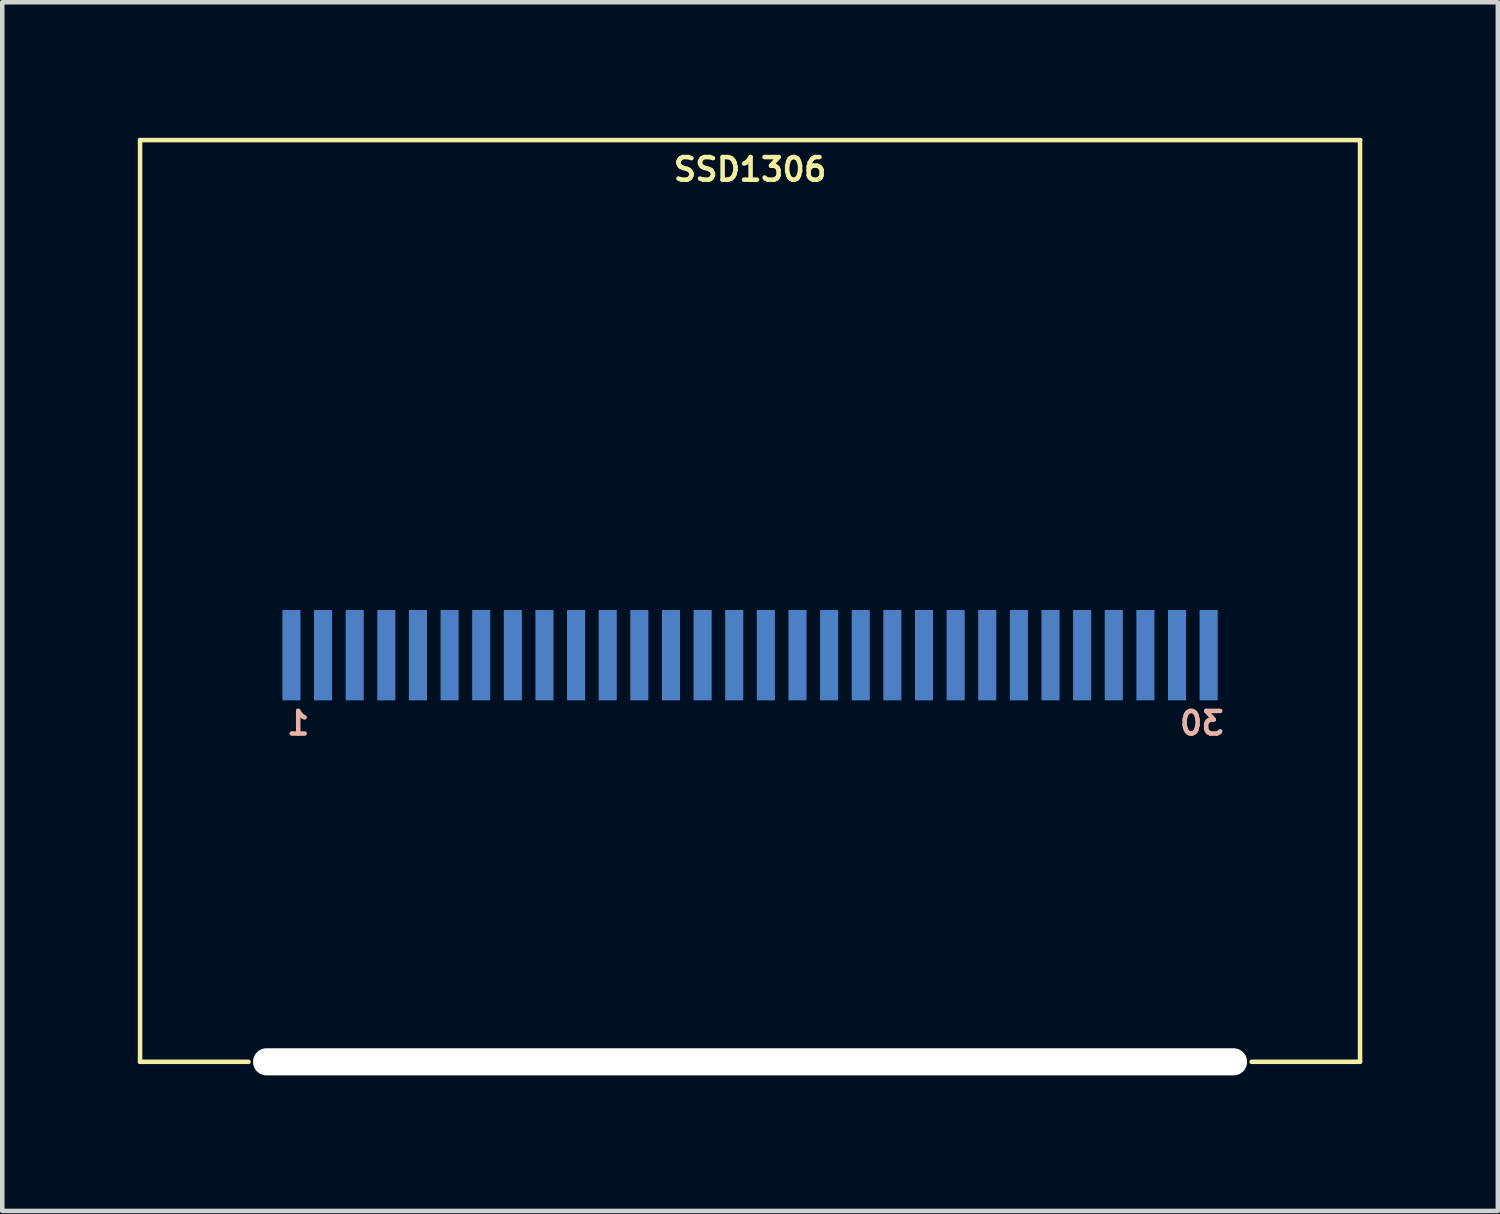
<source format=kicad_pcb>
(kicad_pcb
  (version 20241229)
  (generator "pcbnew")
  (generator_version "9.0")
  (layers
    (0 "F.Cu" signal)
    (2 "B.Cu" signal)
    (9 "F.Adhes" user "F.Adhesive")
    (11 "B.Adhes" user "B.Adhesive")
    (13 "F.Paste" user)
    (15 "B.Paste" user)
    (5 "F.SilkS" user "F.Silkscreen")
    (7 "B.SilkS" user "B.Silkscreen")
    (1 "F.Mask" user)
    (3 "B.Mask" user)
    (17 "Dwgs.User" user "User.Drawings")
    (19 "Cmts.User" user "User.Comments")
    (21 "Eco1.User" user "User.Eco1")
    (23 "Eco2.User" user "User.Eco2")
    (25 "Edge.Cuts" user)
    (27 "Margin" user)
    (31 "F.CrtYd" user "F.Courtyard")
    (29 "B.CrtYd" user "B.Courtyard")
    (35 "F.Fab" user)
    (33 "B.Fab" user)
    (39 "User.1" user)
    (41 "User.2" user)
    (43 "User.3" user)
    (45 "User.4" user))
  (footprint "SSD1306"
    (layer "F.Cu")
    (at 13.55 11.45)
    (property "Reference" "SSD1306" (at 0 -10.75 180) (layer "F.SilkS") (effects (font (size 0.5 0.5) (thickness 0.1))))
    (attr through_hole)
    (fp_line (start -13.5 -11.4) (end -13.5 9) (stroke (width 0.1) (type solid)) (layer "F.SilkS"))
    (fp_line (start -11.1 9) (end -13.5 9) (stroke (width 0.1) (type solid)) (layer "F.SilkS"))
    (fp_line (start 11.1 9) (end 13.5 9) (stroke (width 0.1) (type solid)) (layer "F.SilkS"))
    (fp_line (start 13.5 -11.4) (end -13.5 -11.4) (stroke (width 0.1) (type solid)) (layer "F.SilkS"))
    (fp_line (start 13.5 9) (end 13.5 -11.4) (stroke (width 0.1) (type solid)) (layer "F.SilkS"))
    (fp_text user "1" (at -10 1.508 0) (layer "B.SilkS") (effects (font (size 0.5 0.5) (thickness 0.1)) (justify mirror)))
    (fp_text user "30" (at 10 1.508 0) (layer "B.SilkS") (effects (font (size 0.5 0.5) (thickness 0.1)) (justify mirror)))
    (pad "" np_thru_hole oval (at 0 9) (size 22 0.6) (drill oval 22 0.6) (layers "*.Cu" "*.Mask"))
    (pad "1" smd rect (at -10.15 0) (size 0.4 2) (layers "B.Cu" "B.Mask" "B.Paste"))
    (pad "2" smd rect (at -9.45 0) (size 0.4 2) (layers "B.Cu" "B.Mask" "B.Paste"))
    (pad "3" smd rect (at -8.75 0) (size 0.4 2) (layers "B.Cu" "B.Mask" "B.Paste"))
    (pad "4" smd rect (at -8.05 0) (size 0.4 2) (layers "B.Cu" "B.Mask" "B.Paste"))
    (pad "5" smd rect (at -7.35 0) (size 0.4 2) (layers "B.Cu" "B.Mask" "B.Paste"))
    (pad "6" smd rect (at -6.65 0) (size 0.4 2) (layers "B.Cu" "B.Mask" "B.Paste"))
    (pad "7" smd rect (at -5.95 0) (size 0.4 2) (layers "B.Cu" "B.Mask" "B.Paste"))
    (pad "8" smd rect (at -5.25 0) (size 0.4 2) (layers "B.Cu" "B.Mask" "B.Paste"))
    (pad "9" smd rect (at -4.55 0) (size 0.4 2) (layers "B.Cu" "B.Mask" "B.Paste"))
    (pad "10" smd rect (at -3.85 0) (size 0.4 2) (layers "B.Cu" "B.Mask" "B.Paste"))
    (pad "11" smd rect (at -3.15 0) (size 0.4 2) (layers "B.Cu" "B.Mask" "B.Paste"))
    (pad "12" smd rect (at -2.45 0) (size 0.4 2) (layers "B.Cu" "B.Mask" "B.Paste"))
    (pad "13" smd rect (at -1.75 0) (size 0.4 2) (layers "B.Cu" "B.Mask" "B.Paste"))
    (pad "14" smd rect (at -1.05 0) (size 0.4 2) (layers "B.Cu" "B.Mask" "B.Paste"))
    (pad "15" smd rect (at -0.35 0) (size 0.4 2) (layers "B.Cu" "B.Mask" "B.Paste"))
    (pad "16" smd rect (at 0.35 0) (size 0.4 2) (layers "B.Cu" "B.Mask" "B.Paste"))
    (pad "17" smd rect (at 1.05 0) (size 0.4 2) (layers "B.Cu" "B.Mask" "B.Paste"))
    (pad "18" smd rect (at 1.75 0) (size 0.4 2) (layers "B.Cu" "B.Mask" "B.Paste"))
    (pad "19" smd rect (at 2.45 0) (size 0.4 2) (layers "B.Cu" "B.Mask" "B.Paste"))
    (pad "20" smd rect (at 3.15 0) (size 0.4 2) (layers "B.Cu" "B.Mask" "B.Paste"))
    (pad "21" smd rect (at 3.85 0) (size 0.4 2) (layers "B.Cu" "B.Mask" "B.Paste"))
    (pad "22" smd rect (at 4.55 0) (size 0.4 2) (layers "B.Cu" "B.Mask" "B.Paste"))
    (pad "23" smd rect (at 5.25 0) (size 0.4 2) (layers "B.Cu" "B.Mask" "B.Paste"))
    (pad "24" smd rect (at 5.95 0) (size 0.4 2) (layers "B.Cu" "B.Mask" "B.Paste"))
    (pad "25" smd rect (at 6.65 0) (size 0.4 2) (layers "B.Cu" "B.Mask" "B.Paste"))
    (pad "26" smd rect (at 7.35 0) (size 0.4 2) (layers "B.Cu" "B.Mask" "B.Paste"))
    (pad "27" smd rect (at 8.05 0) (size 0.4 2) (layers "B.Cu" "B.Mask" "B.Paste"))
    (pad "28" smd rect (at 8.75 0) (size 0.4 2) (layers "B.Cu" "B.Mask" "B.Paste"))
    (pad "29" smd rect (at 9.45 0) (size 0.4 2) (layers "B.Cu" "B.Mask" "B.Paste"))
    (pad "30" smd rect (at 10.15 0) (size 0.4 2) (layers "B.Cu" "B.Mask" "B.Paste")))
  (gr_rect
    (start -3 -3)
    (end 30.1 23.75)
    (stroke (width 0.1) (type default))
    (fill no)
    (layer "Edge.Cuts")))
</source>
